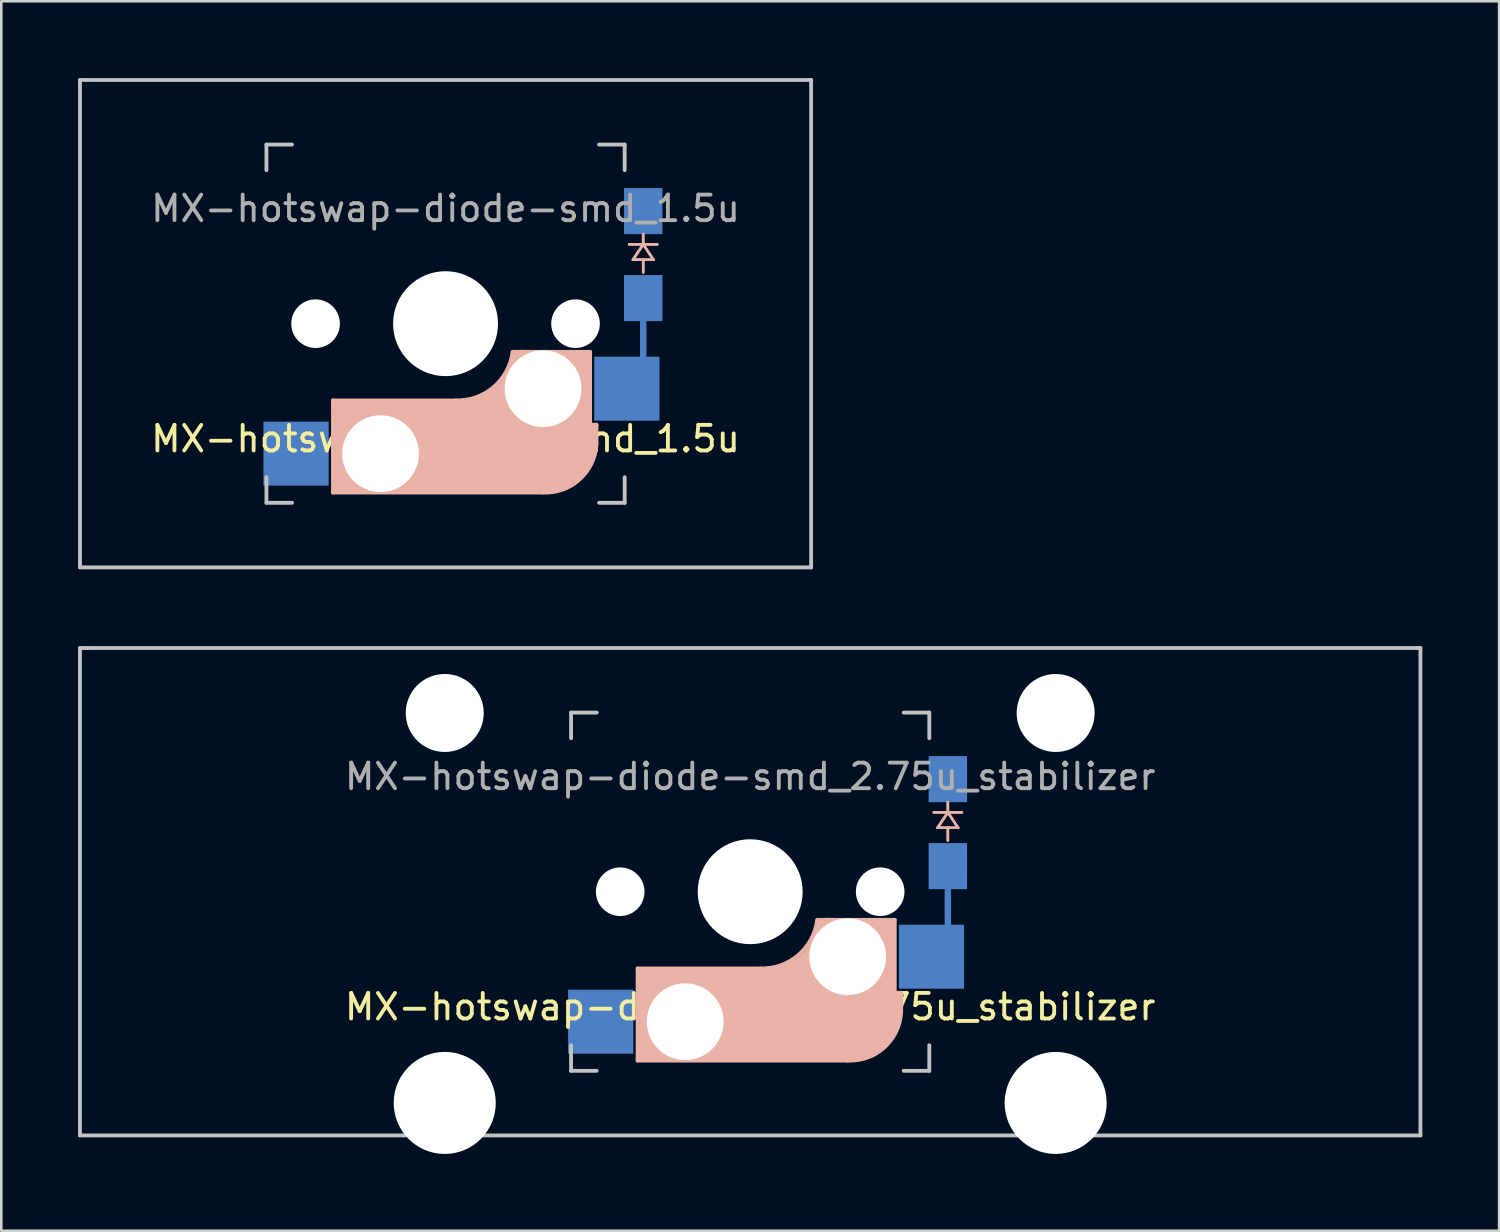
<source format=kicad_pcb>
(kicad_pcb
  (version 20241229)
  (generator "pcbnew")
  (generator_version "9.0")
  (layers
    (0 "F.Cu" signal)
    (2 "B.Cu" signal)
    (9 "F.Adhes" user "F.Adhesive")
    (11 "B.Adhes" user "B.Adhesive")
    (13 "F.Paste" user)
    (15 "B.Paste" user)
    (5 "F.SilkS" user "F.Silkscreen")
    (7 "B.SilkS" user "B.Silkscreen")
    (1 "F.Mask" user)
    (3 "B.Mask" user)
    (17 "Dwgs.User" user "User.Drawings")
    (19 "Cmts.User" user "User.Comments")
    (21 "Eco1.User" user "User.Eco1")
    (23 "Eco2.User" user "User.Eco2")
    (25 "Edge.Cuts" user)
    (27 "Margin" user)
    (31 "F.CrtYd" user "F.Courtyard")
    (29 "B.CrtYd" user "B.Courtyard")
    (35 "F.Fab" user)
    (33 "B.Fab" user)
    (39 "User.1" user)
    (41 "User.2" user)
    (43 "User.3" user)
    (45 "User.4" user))
  (footprint "MX-hotswap-diode-smd_2.75u_stabilizer"
    (layer "F.Cu")
    (at 26.269 31.8)
    (property "Reference" "MX-hotswap-diode-smd_2.75u_stabilizer" (at 0 4.5 0) (unlocked yes) (layer "F.SilkS") (effects (font (size 1 1) (thickness 0.15))))
    (attr smd)
    (fp_line (start -4.4 3) (end -4.4 6.6) (stroke (width 0.15) (type solid)) (layer "B.SilkS"))
    (fp_line (start -4.4 6.6) (end 3.8 6.6) (stroke (width 0.15) (type solid)) (layer "B.SilkS"))
    (fp_line (start -4.38 4) (end -4.38 6.25) (stroke (width 0.15) (type solid)) (layer "B.SilkS"))
    (fp_line (start -4.25 6.4) (end -3 6.4) (stroke (width 0.4) (type solid)) (layer "B.SilkS"))
    (fp_line (start -4.2 3.25) (end -2.9 3.3) (stroke (width 0.5) (type solid)) (layer "B.SilkS"))
    (fp_line (start -3.9 6) (end -3.9 3.5) (stroke (width 1) (type solid)) (layer "B.SilkS"))
    (fp_line (start -2.6 4.8) (end 4.1 4.8) (stroke (width 3.5) (type solid)) (layer "B.SilkS"))
    (fp_line (start 0.4 3) (end -4.4 3) (stroke (width 0.15) (type solid)) (layer "B.SilkS"))
    (fp_line (start 4.17 5.1) (end 4.17 2.86) (stroke (width 3) (type solid)) (layer "B.SilkS"))
    (fp_line (start 5.3 1.6) (end 5.3 3.4) (stroke (width 0.8) (type solid)) (layer "B.SilkS"))
    (fp_line (start 5.45 1.3) (end 3 1.3) (stroke (width 0.5) (type solid)) (layer "B.SilkS"))
    (fp_line (start 5.65 1.1) (end 2.62 1.1) (stroke (width 0.15) (type solid)) (layer "B.SilkS"))
    (fp_line (start 5.65 5.55) (end 5.65 1.1) (stroke (width 0.15) (type solid)) (layer "B.SilkS"))
    (fp_line (start 5.8 4.05) (end 5.8 4.7) (stroke (width 0.3) (type solid)) (layer "B.SilkS"))
    (fp_line (start 5.9 3.95) (end 5.7 3.95) (stroke (width 0.15) (type solid)) (layer "B.SilkS"))
    (fp_line (start 5.9 4.7) (end 5.9 3.95) (stroke (width 0.15) (type solid)) (layer "B.SilkS"))
    (fp_line (start 7.325 -2.5) (end 7.725 -3.1) (stroke (width 0.1) (type solid)) (layer "B.SilkS"))
    (fp_line (start 7.325 -2.5) (end 7.725 -3.1) (stroke (width 0.1) (type solid)) (layer "B.SilkS"))
    (fp_line (start 7.725 -3.5) (end 7.725 -3.1) (stroke (width 0.1) (type solid)) (layer "B.SilkS"))
    (fp_line (start 7.725 -3.5) (end 7.725 -3.1) (stroke (width 0.1) (type solid)) (layer "B.SilkS"))
    (fp_line (start 7.725 -3.1) (end 7.175 -3.1) (stroke (width 0.1) (type solid)) (layer "B.SilkS"))
    (fp_line (start 7.725 -3.1) (end 7.175 -3.1) (stroke (width 0.1) (type solid)) (layer "B.SilkS"))
    (fp_line (start 7.725 -3.1) (end 8.125 -2.5) (stroke (width 0.1) (type solid)) (layer "B.SilkS"))
    (fp_line (start 7.725 -3.1) (end 8.125 -2.5) (stroke (width 0.1) (type solid)) (layer "B.SilkS"))
    (fp_line (start 7.725 -3.1) (end 8.275 -3.1) (stroke (width 0.1) (type solid)) (layer "B.SilkS"))
    (fp_line (start 7.725 -3.1) (end 8.275 -3.1) (stroke (width 0.1) (type solid)) (layer "B.SilkS"))
    (fp_line (start 7.725 -2.5) (end 7.725 -2) (stroke (width 0.1) (type solid)) (layer "B.SilkS"))
    (fp_line (start 7.725 -2.5) (end 7.725 -2) (stroke (width 0.1) (type solid)) (layer "B.SilkS"))
    (fp_line (start 8.125 -2.5) (end 7.325 -2.5) (stroke (width 0.1) (type solid)) (layer "B.SilkS"))
    (fp_line (start 8.125 -2.5) (end 7.325 -2.5) (stroke (width 0.1) (type solid)) (layer "B.SilkS"))
    (fp_arc (start 2.616318 1.121471) (mid 1.868709 2.486118) (end 0.4 3) (stroke (width 0.15) (type solid)) (layer "B.SilkS"))
    (fp_arc (start 3.016318 1.521471) (mid 2.268709 2.886118) (end 0.8 3.4) (stroke (width 1) (type solid)) (layer "B.SilkS"))
    (fp_arc (start 5.9 4.699999) (mid 5.243504 6.084924) (end 3.800001 6.6) (stroke (width 0.15) (type solid)) (layer "B.SilkS"))
    (fp_line (start -26.194 -9.525) (end 26.194 -9.525) (stroke (width 0.15) (type solid)) (layer "Dwgs.User"))
    (fp_line (start -26.194 9.525) (end -26.194 -9.525) (stroke (width 0.15) (type solid)) (layer "Dwgs.User"))
    (fp_line (start -7 -7) (end -7 -6) (stroke (width 0.15) (type solid)) (layer "Dwgs.User"))
    (fp_line (start -7 7) (end -7 6) (stroke (width 0.15) (type solid)) (layer "Dwgs.User"))
    (fp_line (start -7 7) (end -6 7) (stroke (width 0.15) (type solid)) (layer "Dwgs.User"))
    (fp_line (start -6 -7) (end -7 -7) (stroke (width 0.15) (type solid)) (layer "Dwgs.User"))
    (fp_line (start 7 -7) (end 6 -7) (stroke (width 0.15) (type solid)) (layer "Dwgs.User"))
    (fp_line (start 7 -6) (end 7 -7) (stroke (width 0.15) (type solid)) (layer "Dwgs.User"))
    (fp_line (start 7 6) (end 7 7) (stroke (width 0.15) (type solid)) (layer "Dwgs.User"))
    (fp_line (start 7 7) (end 6 7) (stroke (width 0.15) (type solid)) (layer "Dwgs.User"))
    (fp_line (start 26.194 -9.525) (end 26.194 9.525) (stroke (width 0.15) (type solid)) (layer "Dwgs.User"))
    (fp_line (start 26.194 9.525) (end -26.194 9.525) (stroke (width 0.15) (type solid)) (layer "Dwgs.User"))
    (fp_text user "${REFERENCE}" (at 0 -4.5 0) (unlocked yes) (layer "F.Fab") (effects (font (size 1 1) (thickness 0.15))))
    (pad "" np_thru_hole circle (at -11.938 -6.985 180) (size 3.048 3.048) (drill 3.048) (layers "*.Cu" "*.Mask"))
    (pad "" np_thru_hole circle (at -11.938 8.255 180) (size 3.988 3.988) (drill 3.988) (layers "*.Cu" "*.Mask"))
    (pad "" np_thru_hole circle (at -5.08 0 180) (size 1.9 1.9) (drill 1.9) (layers "*.Cu" "*.Mask"))
    (pad "" np_thru_hole circle (at -2.54 5.08 180) (size 3 3) (drill 3) (layers "*.Cu" "*.Mask"))
    (pad "" np_thru_hole circle (at 0 0 270) (size 4.1 4.1) (drill 4.1) (layers "*.Cu" "*.Mask"))
    (pad "" np_thru_hole circle (at 3.81 2.54 180) (size 3 3) (drill 3) (layers "*.Cu" "*.Mask"))
    (pad "" np_thru_hole circle (at 5.08 0 180) (size 1.9 1.9) (drill 1.9) (layers "*.Cu" "*.Mask"))
    (pad "" np_thru_hole circle (at 11.938 -6.985 180) (size 3.048 3.048) (drill 3.048) (layers "*.Cu" "*.Mask"))
    (pad "" np_thru_hole circle (at 11.938 8.255 180) (size 3.988 3.988) (drill 3.988) (layers "*.Cu" "*.Mask"))
    (pad "1" smd rect (at -5.842 5.08) (size 2.55 2.5) (layers "B.Cu" "B.Mask" "B.Paste"))
    (pad "2" smd rect (at 7.725 -4.4 270) (size 1.8 1.5) (layers "B.Cu" "B.Mask" "B.Paste"))
    (pad "3" smd rect (at 7.085 2.54) (size 2.55 2.5) (layers "B.Cu" "B.Mask" "B.Paste"))
    (pad "3" smd rect (at 7.725 -1 270) (size 1.8 1.5) (layers "B.Cu" "B.Mask" "B.Paste"))
    (pad "3" smd rect (at 7.725 0.6 180) (size 0.25 1.8) (layers "B.Cu")))
  (footprint "MX-hotswap-diode-smd_1.5u"
    (layer "F.Cu")
    (at 14.363 9.6)
    (property "Reference" "MX-hotswap-diode-smd_1.5u" (at 0 4.5 0) (unlocked yes) (layer "F.SilkS") (effects (font (size 1 1) (thickness 0.15))))
    (attr smd)
    (fp_line (start -4.4 3) (end -4.4 6.6) (stroke (width 0.15) (type solid)) (layer "B.SilkS"))
    (fp_line (start -4.4 6.6) (end 3.8 6.6) (stroke (width 0.15) (type solid)) (layer "B.SilkS"))
    (fp_line (start -4.38 4) (end -4.38 6.25) (stroke (width 0.15) (type solid)) (layer "B.SilkS"))
    (fp_line (start -4.25 6.4) (end -3 6.4) (stroke (width 0.4) (type solid)) (layer "B.SilkS"))
    (fp_line (start -4.2 3.25) (end -2.9 3.3) (stroke (width 0.5) (type solid)) (layer "B.SilkS"))
    (fp_line (start -3.9 6) (end -3.9 3.5) (stroke (width 1) (type solid)) (layer "B.SilkS"))
    (fp_line (start -2.6 4.8) (end 4.1 4.8) (stroke (width 3.5) (type solid)) (layer "B.SilkS"))
    (fp_line (start 0.4 3) (end -4.4 3) (stroke (width 0.15) (type solid)) (layer "B.SilkS"))
    (fp_line (start 4.17 5.1) (end 4.17 2.86) (stroke (width 3) (type solid)) (layer "B.SilkS"))
    (fp_line (start 5.3 1.6) (end 5.3 3.4) (stroke (width 0.8) (type solid)) (layer "B.SilkS"))
    (fp_line (start 5.45 1.3) (end 3 1.3) (stroke (width 0.5) (type solid)) (layer "B.SilkS"))
    (fp_line (start 5.65 1.1) (end 2.62 1.1) (stroke (width 0.15) (type solid)) (layer "B.SilkS"))
    (fp_line (start 5.65 5.55) (end 5.65 1.1) (stroke (width 0.15) (type solid)) (layer "B.SilkS"))
    (fp_line (start 5.8 4.05) (end 5.8 4.7) (stroke (width 0.3) (type solid)) (layer "B.SilkS"))
    (fp_line (start 5.9 3.95) (end 5.7 3.95) (stroke (width 0.15) (type solid)) (layer "B.SilkS"))
    (fp_line (start 5.9 4.7) (end 5.9 3.95) (stroke (width 0.15) (type solid)) (layer "B.SilkS"))
    (fp_line (start 7.325 -2.5) (end 7.725 -3.1) (stroke (width 0.1) (type solid)) (layer "B.SilkS"))
    (fp_line (start 7.325 -2.5) (end 7.725 -3.1) (stroke (width 0.1) (type solid)) (layer "B.SilkS"))
    (fp_line (start 7.725 -3.5) (end 7.725 -3.1) (stroke (width 0.1) (type solid)) (layer "B.SilkS"))
    (fp_line (start 7.725 -3.5) (end 7.725 -3.1) (stroke (width 0.1) (type solid)) (layer "B.SilkS"))
    (fp_line (start 7.725 -3.1) (end 7.175 -3.1) (stroke (width 0.1) (type solid)) (layer "B.SilkS"))
    (fp_line (start 7.725 -3.1) (end 7.175 -3.1) (stroke (width 0.1) (type solid)) (layer "B.SilkS"))
    (fp_line (start 7.725 -3.1) (end 8.125 -2.5) (stroke (width 0.1) (type solid)) (layer "B.SilkS"))
    (fp_line (start 7.725 -3.1) (end 8.125 -2.5) (stroke (width 0.1) (type solid)) (layer "B.SilkS"))
    (fp_line (start 7.725 -3.1) (end 8.275 -3.1) (stroke (width 0.1) (type solid)) (layer "B.SilkS"))
    (fp_line (start 7.725 -3.1) (end 8.275 -3.1) (stroke (width 0.1) (type solid)) (layer "B.SilkS"))
    (fp_line (start 7.725 -2.5) (end 7.725 -2) (stroke (width 0.1) (type solid)) (layer "B.SilkS"))
    (fp_line (start 7.725 -2.5) (end 7.725 -2) (stroke (width 0.1) (type solid)) (layer "B.SilkS"))
    (fp_line (start 8.125 -2.5) (end 7.325 -2.5) (stroke (width 0.1) (type solid)) (layer "B.SilkS"))
    (fp_line (start 8.125 -2.5) (end 7.325 -2.5) (stroke (width 0.1) (type solid)) (layer "B.SilkS"))
    (fp_arc (start 2.616318 1.121471) (mid 1.868709 2.486118) (end 0.4 3) (stroke (width 0.15) (type solid)) (layer "B.SilkS"))
    (fp_arc (start 3.016318 1.521471) (mid 2.268709 2.886118) (end 0.8 3.4) (stroke (width 1) (type solid)) (layer "B.SilkS"))
    (fp_arc (start 5.9 4.699999) (mid 5.243504 6.084924) (end 3.800001 6.6) (stroke (width 0.15) (type solid)) (layer "B.SilkS"))
    (fp_line (start -14.287 -9.525) (end 14.287 -9.525) (stroke (width 0.15) (type solid)) (layer "Dwgs.User"))
    (fp_line (start -14.287 9.525) (end -14.287 -9.525) (stroke (width 0.15) (type solid)) (layer "Dwgs.User"))
    (fp_line (start -7 -7) (end -7 -6) (stroke (width 0.15) (type solid)) (layer "Dwgs.User"))
    (fp_line (start -7 7) (end -7 6) (stroke (width 0.15) (type solid)) (layer "Dwgs.User"))
    (fp_line (start -7 7) (end -6 7) (stroke (width 0.15) (type solid)) (layer "Dwgs.User"))
    (fp_line (start -6 -7) (end -7 -7) (stroke (width 0.15) (type solid)) (layer "Dwgs.User"))
    (fp_line (start 7 -7) (end 6 -7) (stroke (width 0.15) (type solid)) (layer "Dwgs.User"))
    (fp_line (start 7 -6) (end 7 -7) (stroke (width 0.15) (type solid)) (layer "Dwgs.User"))
    (fp_line (start 7 6) (end 7 7) (stroke (width 0.15) (type solid)) (layer "Dwgs.User"))
    (fp_line (start 7 7) (end 6 7) (stroke (width 0.15) (type solid)) (layer "Dwgs.User"))
    (fp_line (start 14.287 -9.525) (end 14.287 9.525) (stroke (width 0.15) (type solid)) (layer "Dwgs.User"))
    (fp_line (start 14.287 9.525) (end -14.287 9.525) (stroke (width 0.15) (type solid)) (layer "Dwgs.User"))
    (fp_text user "${REFERENCE}" (at 0 -4.5 0) (unlocked yes) (layer "F.Fab") (effects (font (size 1 1) (thickness 0.15))))
    (pad "" np_thru_hole circle (at -5.08 0 180) (size 1.9 1.9) (drill 1.9) (layers "*.Cu" "*.Mask"))
    (pad "" np_thru_hole circle (at -2.54 5.08 180) (size 3 3) (drill 3) (layers "*.Cu" "*.Mask"))
    (pad "" np_thru_hole circle (at 0 0 270) (size 4.1 4.1) (drill 4.1) (layers "*.Cu" "*.Mask"))
    (pad "" np_thru_hole circle (at 3.81 2.54 180) (size 3 3) (drill 3) (layers "*.Cu" "*.Mask"))
    (pad "" np_thru_hole circle (at 5.08 0 180) (size 1.9 1.9) (drill 1.9) (layers "*.Cu" "*.Mask"))
    (pad "1" smd rect (at -5.842 5.08) (size 2.55 2.5) (layers "B.Cu" "B.Mask" "B.Paste"))
    (pad "2" smd rect (at 7.725 -4.4 270) (size 1.8 1.5) (layers "B.Cu" "B.Mask" "B.Paste"))
    (pad "3" smd rect (at 7.085 2.54) (size 2.55 2.5) (layers "B.Cu" "B.Mask" "B.Paste"))
    (pad "3" smd rect (at 7.725 -1 270) (size 1.8 1.5) (layers "B.Cu" "B.Mask" "B.Paste"))
    (pad "3" smd rect (at 7.725 0.6 180) (size 0.25 1.8) (layers "B.Cu")))
  (gr_rect
    (start -3 -3)
    (end 55.538 45.049)
    (stroke (width 0.1) (type default))
    (fill no)
    (layer "Edge.Cuts")))
</source>
